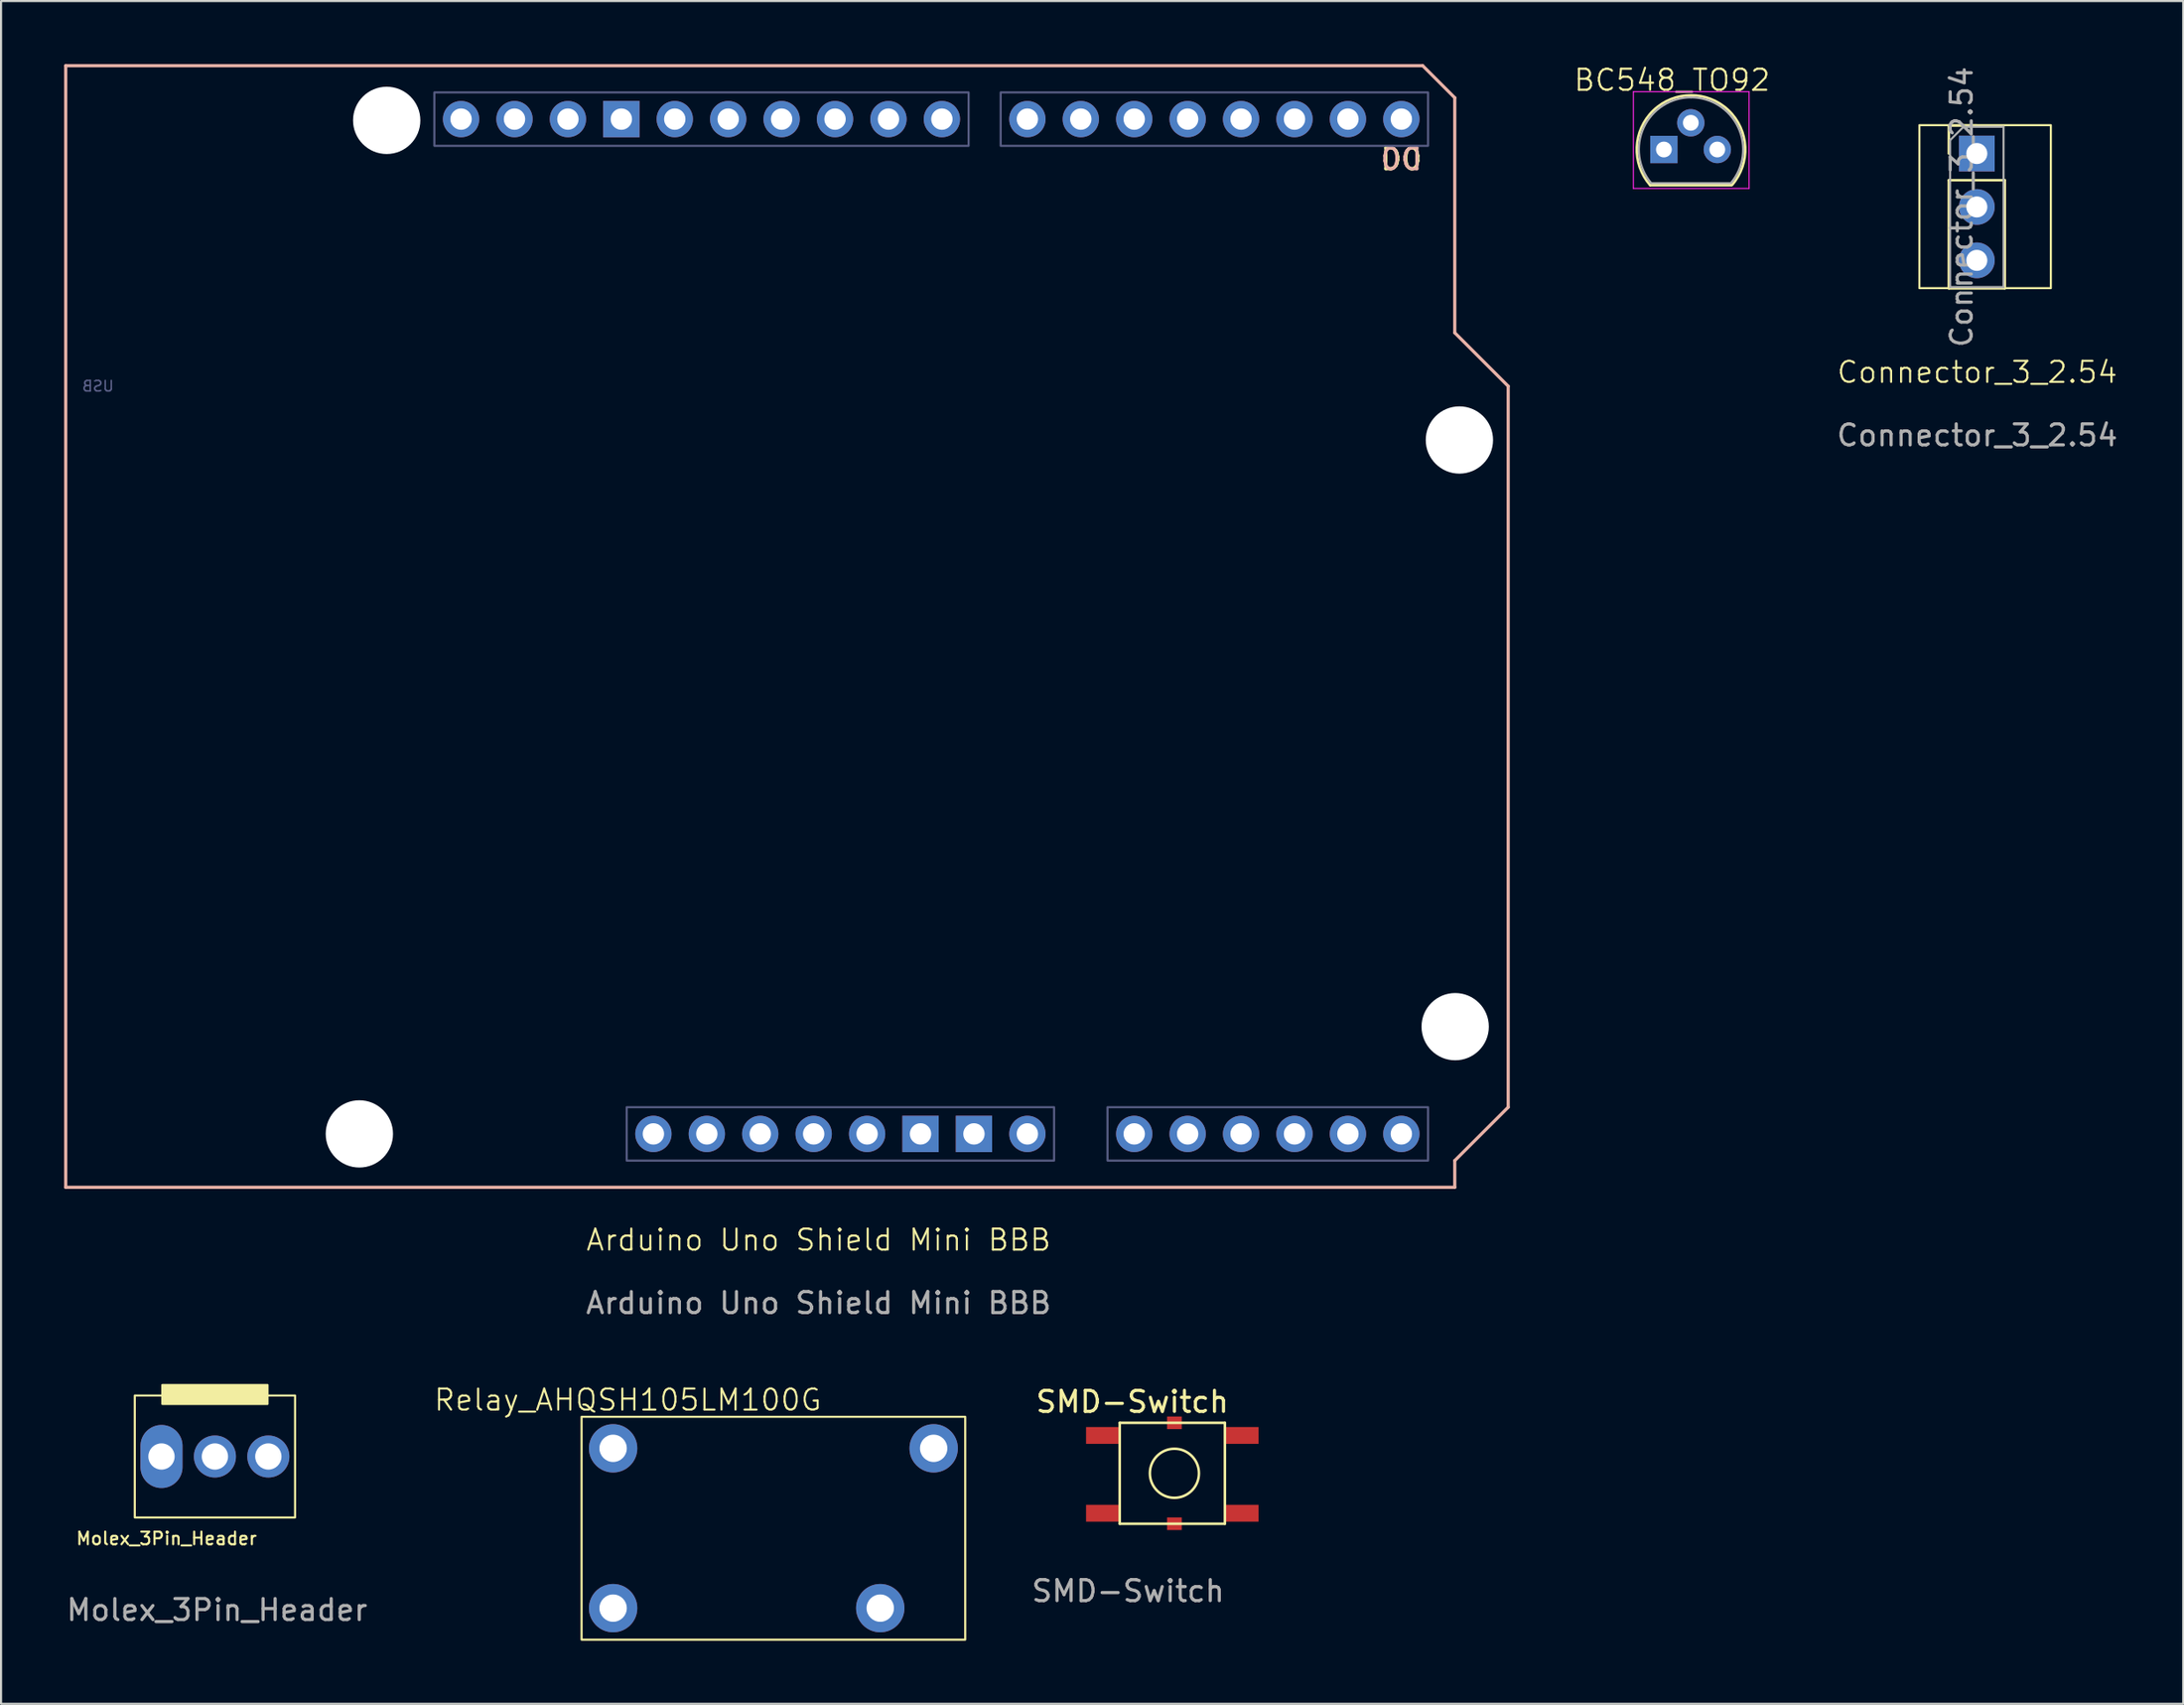
<source format=kicad_pcb>
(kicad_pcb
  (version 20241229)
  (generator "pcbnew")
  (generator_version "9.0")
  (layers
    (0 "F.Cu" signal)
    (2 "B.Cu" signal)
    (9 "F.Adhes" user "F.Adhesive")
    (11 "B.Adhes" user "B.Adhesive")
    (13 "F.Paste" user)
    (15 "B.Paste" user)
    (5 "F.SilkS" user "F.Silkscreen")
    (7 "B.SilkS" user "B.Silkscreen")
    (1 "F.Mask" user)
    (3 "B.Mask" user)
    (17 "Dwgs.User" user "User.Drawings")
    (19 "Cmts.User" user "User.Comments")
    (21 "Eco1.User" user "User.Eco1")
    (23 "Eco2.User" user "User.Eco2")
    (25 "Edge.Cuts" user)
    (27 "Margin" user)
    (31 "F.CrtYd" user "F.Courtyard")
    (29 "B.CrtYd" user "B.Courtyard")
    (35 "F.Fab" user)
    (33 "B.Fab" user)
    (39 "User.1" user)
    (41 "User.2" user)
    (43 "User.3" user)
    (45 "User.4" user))
  (footprint "Molex_3Pin_Header"
    (layer "F.Cu")
    (at 7.168 66.217)
    (property "Reference" "Molex_3Pin_Header" (at -2.3 3.9 0) (unlocked yes) (layer "F.SilkS") (effects (font (size 0.6 0.6) (thickness 0.1))))
    (attr through_hole)
    (fp_rect (start -3.81 -2.9) (end 3.81 2.9) (stroke (width 0.1) (type default)) (fill no) (layer "F.SilkS"))
    (fp_rect (start -2.5 -3.4) (end 2.5 -2.5) (stroke (width 0.1) (type solid)) (fill yes) (layer "F.SilkS"))
    (fp_text user "${REFERENCE}" (at 0.1 7.3 0) (unlocked yes) (layer "F.Fab") (effects (font (size 1 1) (thickness 0.15))))
    (pad "1" thru_hole oval (at -2.54 0) (size 2 3) (drill 1.25) (layers "*.Cu" "*.Mask"))
    (pad "2" thru_hole circle (at 0 0) (size 2 2) (drill 1.25) (layers "*.Cu" "*.Mask"))
    (pad "3" thru_hole circle (at 2.54 0) (size 2 2) (drill 1.25) (layers "*.Cu" "*.Mask")))
  (footprint "Arduino Uno Shield Mini BBB"
    (layer "F.Cu")
    (at 66.135 53.375)
    (property "Reference" "Arduino Uno Shield Mini BBB" (at -30.266 2.544 0) (unlocked yes) (layer "F.SilkS") (effects (font (size 1 1) (thickness 0.1))))
    (attr smd)
    (fp_line (start -66.06 -53.3) (end -66.06 0.04) (stroke (width 0.15) (type solid)) (layer "B.SilkS"))
    (fp_line (start -66.06 -53.3) (end -1.544 -53.3) (stroke (width 0.15) (type solid)) (layer "B.SilkS"))
    (fp_line (start -66.06 0.04) (end -0.02 0.04) (stroke (width 0.15) (type solid)) (layer "B.SilkS"))
    (fp_line (start -1.544 -53.3) (end -0.02 -51.776) (stroke (width 0.15) (type solid)) (layer "B.SilkS"))
    (fp_line (start -0.02 -40.6) (end -0.02 -51.776) (stroke (width 0.15) (type solid)) (layer "B.SilkS"))
    (fp_line (start -0.02 -1.23) (end 2.52 -3.77) (stroke (width 0.15) (type solid)) (layer "B.SilkS"))
    (fp_line (start -0.02 0.04) (end -0.02 -1.23) (stroke (width 0.15) (type solid)) (layer "B.SilkS"))
    (fp_line (start 2.52 -38.06) (end -0.02 -40.6) (stroke (width 0.15) (type solid)) (layer "B.SilkS"))
    (fp_line (start 2.52 -3.77) (end 2.52 -38.06) (stroke (width 0.15) (type solid)) (layer "B.SilkS"))
    (fp_rect (start -48.534 -52.03) (end -23.134 -49.49) (stroke (width 0.1) (type solid)) (fill no) (layer "B.Fab"))
    (fp_rect (start -39.39 -3.77) (end -19.07 -1.23) (stroke (width 0.1) (type solid)) (fill no) (layer "B.Fab"))
    (fp_rect (start -21.61 -52.03) (end -1.29 -49.49) (stroke (width 0.1) (type solid)) (fill no) (layer "B.Fab"))
    (fp_rect (start -16.53 -3.77) (end -1.29 -1.23) (stroke (width 0.1) (type solid)) (fill no) (layer "B.Fab"))
    (fp_text user "D0" (at -2.56 -48.855 0) (unlocked yes) (layer "F.SilkS") (effects (font (size 1 1) (thickness 0.15))))
    (fp_text user "D0" (at -2.56 -48.855 0) (unlocked yes) (layer "B.SilkS") (effects (font (size 1 1) (thickness 0.15)) (justify mirror)))
    (fp_text user "USB" (at -64.525 -38.059 0) (layer "B.Fab") (effects (font (size 0.5 0.5) (thickness 0.075)) (justify mirror)))
    (fp_text user "${REFERENCE}" (at -30.266 5.544 0) (unlocked yes) (layer "F.Fab") (effects (font (size 1 1) (thickness 0.15))))
    (pad "" np_thru_hole oval (at -52.1 -2.5) (size 3.2 3.2) (drill 3.2) (layers "*.Cu" "*.Mask"))
    (pad "" np_thru_hole oval (at -50.8 -50.7) (size 3.2 3.2) (drill 3.2) (layers "*.Cu" "*.Mask"))
    (pad "" thru_hole oval (at -38.12 -2.5) (size 1.727 1.727) (drill 1.016) (layers "*.Cu" "*.Mask"))
    (pad "" np_thru_hole oval (at 0 -7.6) (size 3.2 3.2) (drill 3.2) (layers "*.Cu" "*.Mask"))
    (pad "" np_thru_hole oval (at 0.2 -35.5) (size 3.2 3.2) (drill 3.2) (layers "*.Cu" "*.Mask"))
    (pad "3V3" thru_hole oval (at -30.5 -2.5) (size 1.727 1.727) (drill 1.016) (layers "*.Cu" "*.Mask"))
    (pad "5V1" thru_hole oval (at -27.96 -2.5) (size 1.727 1.727) (drill 1.016) (layers "*.Cu" "*.Mask"))
    (pad "A0" thru_hole oval (at -15.26 -2.5) (size 1.727 1.727) (drill 1.016) (layers "*.Cu" "*.Mask"))
    (pad "A1" thru_hole oval (at -12.72 -2.5) (size 1.727 1.727) (drill 1.016) (layers "*.Cu" "*.Mask"))
    (pad "A2" thru_hole oval (at -10.18 -2.5) (size 1.727 1.727) (drill 1.016) (layers "*.Cu" "*.Mask"))
    (pad "A3" thru_hole oval (at -7.64 -2.5) (size 1.727 1.727) (drill 1.016) (layers "*.Cu" "*.Mask"))
    (pad "A4" thru_hole oval (at -5.1 -2.5) (size 1.727 1.727) (drill 1.016) (layers "*.Cu" "*.Mask"))
    (pad "A5" thru_hole oval (at -2.56 -2.5) (size 1.727 1.727) (drill 1.016) (layers "*.Cu" "*.Mask"))
    (pad "AREF" thru_hole oval (at -42.184 -50.76) (size 1.727 1.727) (drill 1.016) (layers "*.Cu" "*.Mask"))
    (pad "D0" thru_hole oval (at -2.56 -50.76) (size 1.727 1.727) (drill 1.016) (layers "*.Cu" "*.Mask"))
    (pad "D1" thru_hole oval (at -5.1 -50.76) (size 1.727 1.727) (drill 1.016) (layers "*.Cu" "*.Mask"))
    (pad "D2" thru_hole oval (at -7.64 -50.76) (size 1.727 1.727) (drill 1.016) (layers "*.Cu" "*.Mask"))
    (pad "D3" thru_hole oval (at -10.18 -50.76) (size 1.727 1.727) (drill 1.016) (layers "*.Cu" "*.Mask"))
    (pad "D4" thru_hole oval (at -12.72 -50.76) (size 1.727 1.727) (drill 1.016) (layers "*.Cu" "*.Mask"))
    (pad "D5" thru_hole oval (at -15.26 -50.76) (size 1.727 1.727) (drill 1.016) (layers "*.Cu" "*.Mask"))
    (pad "D6" thru_hole oval (at -17.8 -50.76) (size 1.727 1.727) (drill 1.016) (layers "*.Cu" "*.Mask"))
    (pad "D7" thru_hole oval (at -20.34 -50.76) (size 1.727 1.727) (drill 1.016) (layers "*.Cu" "*.Mask"))
    (pad "D8" thru_hole oval (at -24.404 -50.76) (size 1.727 1.727) (drill 1.016) (layers "*.Cu" "*.Mask"))
    (pad "D9" thru_hole oval (at -26.944 -50.76) (size 1.727 1.727) (drill 1.016) (layers "*.Cu" "*.Mask"))
    (pad "D10" thru_hole oval (at -29.484 -50.76) (size 1.727 1.727) (drill 1.016) (layers "*.Cu" "*.Mask"))
    (pad "D11" thru_hole oval (at -32.024 -50.76) (size 1.727 1.727) (drill 1.016) (layers "*.Cu" "*.Mask"))
    (pad "D12" thru_hole oval (at -34.564 -50.76) (size 1.727 1.727) (drill 1.016) (layers "*.Cu" "*.Mask"))
    (pad "D13" thru_hole oval (at -37.104 -50.76) (size 1.727 1.727) (drill 1.016) (layers "*.Cu" "*.Mask"))
    (pad "GND1" thru_hole rect (at -39.644 -50.76) (size 1.727 1.727) (drill 1.016) (layers "*.Cu" "*.Mask"))
    (pad "GND2" thru_hole rect (at -25.42 -2.5) (size 1.727 1.727) (drill 1.016) (layers "*.Cu" "*.Mask"))
    (pad "GND3" thru_hole rect (at -22.88 -2.5) (size 1.727 1.727) (drill 1.016) (layers "*.Cu" "*.Mask"))
    (pad "IORF" thru_hole oval (at -35.58 -2.5) (size 1.727 1.727) (drill 1.016) (layers "*.Cu" "*.Mask"))
    (pad "RST1" thru_hole oval (at -33.04 -2.5) (size 1.727 1.727) (drill 1.016) (layers "*.Cu" "*.Mask"))
    (pad "SCL" thru_hole oval (at -47.264 -50.76) (size 1.727 1.727) (drill 1.016) (layers "*.Cu" "*.Mask"))
    (pad "SDA" thru_hole oval (at -44.724 -50.76) (size 1.727 1.727) (drill 1.016) (layers "*.Cu" "*.Mask"))
    (pad "VIN" thru_hole oval (at -20.34 -2.5) (size 1.727 1.727) (drill 1.016) (layers "*.Cu" "*.Mask")))
  (footprint "SMD-Switch"
    (layer "F.Cu")
    (at 48.586 65.615)
    (property "Reference" "SMD-Switch" (at 2.2 -2 0) (unlocked yes) (layer "F.SilkS") (effects (font (size 1 1) (thickness 0.15))))
    (attr smd)
    (fp_line (start 1.6 -1) (end 6.6 -1) (stroke (width 0.12) (type solid)) (layer "F.SilkS"))
    (fp_line (start 1.6 3.8) (end 1.6 -1) (stroke (width 0.12) (type solid)) (layer "F.SilkS"))
    (fp_line (start 6.6 -1) (end 6.6 3.8) (stroke (width 0.12) (type solid)) (layer "F.SilkS"))
    (fp_line (start 6.6 3.8) (end 1.6 3.8) (stroke (width 0.12) (type solid)) (layer "F.SilkS"))
    (fp_circle (center 4.2 1.4) (end 5.2 0.8) (stroke (width 0.12) (type solid)) (fill no) (layer "F.SilkS"))
    (fp_text user "${REFERENCE}" (at 2 7 0) (unlocked yes) (layer "F.Fab") (effects (font (size 1 1) (thickness 0.15))))
    (pad "" smd rect (at 4.2 -1) (size 0.7 0.6) (layers "F.Cu" "F.Mask" "F.Paste"))
    (pad "" smd rect (at 4.2 3.8) (size 0.7 0.6) (layers "F.Cu" "F.Mask" "F.Paste"))
    (pad "1" smd rect (at 0.8 -0.4) (size 1.6 0.8) (layers "F.Cu" "F.Mask" "F.Paste"))
    (pad "1" smd rect (at 7.4 -0.4) (size 1.6 0.8) (layers "F.Cu" "F.Mask" "F.Paste"))
    (pad "2" smd rect (at 0.8 3.3) (size 1.6 0.8) (layers "F.Cu" "F.Mask" "F.Paste"))
    (pad "2" smd rect (at 7.4 3.3) (size 1.6 0.8) (layers "F.Cu" "F.Mask" "F.Paste")))
  (footprint "Connector_3_2.54"
    (layer "F.Cu")
    (at 90.955 15.152)
    (property "Reference" "Connector_3_2.54" (at 0 -0.5 0) (unlocked yes) (layer "F.SilkS") (effects (font (size 1 1) (thickness 0.1))))
    (attr smd)
    (fp_line (start -1.35 -12.23) (end -0.02 -12.23) (stroke (width 0.12) (type solid)) (layer "F.SilkS"))
    (fp_line (start -1.35 -10.9) (end -1.35 -12.23) (stroke (width 0.12) (type solid)) (layer "F.SilkS"))
    (fp_line (start -1.35 -9.63) (end -1.35 -4.49) (stroke (width 0.12) (type solid)) (layer "F.SilkS"))
    (fp_line (start -1.35 -9.63) (end 1.31 -9.63) (stroke (width 0.12) (type solid)) (layer "F.SilkS"))
    (fp_line (start -1.35 -4.49) (end 1.31 -4.49) (stroke (width 0.12) (type solid)) (layer "F.SilkS"))
    (fp_line (start 1.31 -9.63) (end 1.31 -4.49) (stroke (width 0.12) (type solid)) (layer "F.SilkS"))
    (fp_rect (start -2.75 -12.25) (end 3.5 -4.5) (stroke (width 0.1) (type default)) (fill no) (layer "F.SilkS"))
    (fp_line (start -1.29 -11.535) (end -0.655 -12.17) (stroke (width 0.1) (type solid)) (layer "F.Fab"))
    (fp_line (start -1.29 -4.55) (end -1.29 -11.535) (stroke (width 0.1) (type solid)) (layer "F.Fab"))
    (fp_line (start -0.655 -12.17) (end 1.25 -12.17) (stroke (width 0.1) (type solid)) (layer "F.Fab"))
    (fp_line (start 1.25 -12.17) (end 1.25 -4.55) (stroke (width 0.1) (type solid)) (layer "F.Fab"))
    (fp_line (start 1.25 -4.55) (end -1.29 -4.55) (stroke (width 0.1) (type solid)) (layer "F.Fab"))
    (fp_text user "${REFERENCE}" (at -0.74 -8.36 90) (layer "F.Fab") (effects (font (size 1 1) (thickness 0.15))))
    (fp_text user "${REFERENCE}" (at 0 2.5 0) (unlocked yes) (layer "F.Fab") (effects (font (size 1 1) (thickness 0.15))))
    (pad "1" thru_hole rect (at -0.02 -10.9) (size 1.7 1.7) (drill 1) (layers "*.Cu" "*.Mask"))
    (pad "2" thru_hole oval (at -0.02 -8.36) (size 1.7 1.7) (drill 1) (layers "*.Cu" "*.Mask"))
    (pad "3" thru_hole oval (at -0.02 -5.82) (size 1.7 1.7) (drill 1) (layers "*.Cu" "*.Mask")))
  (footprint "Relay_AHQSH105LM100G"
    (layer "F.Cu")
    (at 26.1 73.428)
    (property "Reference" "Relay_AHQSH105LM100G" (at 0.7 -9.9 0) (unlocked yes) (layer "F.SilkS") (effects (font (size 1 1) (thickness 0.1))))
    (attr through_hole)
    (fp_rect (start -1.5 1.5) (end 16.74 -9.1) (stroke (width 0.1) (type default)) (fill no) (layer "F.SilkS"))
    (pad "1" thru_hole circle (at 0 0) (size 2.3 2.3) (drill 1.3) (layers "*.Cu" "*.Mask"))
    (pad "2" thru_hole circle (at 0 -7.6) (size 2.3 2.3) (drill 1.3) (layers "*.Cu" "*.Mask"))
    (pad "3" thru_hole circle (at 15.24 -7.6) (size 2.3 2.3) (drill 1.3) (layers "*.Cu" "*.Mask"))
    (pad "4" thru_hole circle (at 12.7 0) (size 2.3 2.3) (drill 1.3) (layers "*.Cu" "*.Mask")))
  (footprint "BC548_TO92"
    (layer "F.Cu")
    (at 76.047 4.16)
    (property "Reference" "BC548_TO92" (at 0.4 -3.4 0) (unlocked yes) (layer "F.SilkS") (effects (font (size 1 1) (thickness 0.1))))
    (attr smd)
    (fp_line (start -0.64 1.6) (end 3.21 1.6) (stroke (width 0.12) (type solid)) (layer "F.SilkS"))
    (fp_arc (start -0.64 1.6) (mid 1.293448 -2.679449) (end 3.248611 1.590122) (stroke (width 0.12) (type solid)) (layer "F.SilkS"))
    (fp_line (start -1.44 -2.85) (end -1.44 1.75) (stroke (width 0.05) (type solid)) (layer "F.CrtYd"))
    (fp_line (start -1.44 -2.85) (end 4.06 -2.85) (stroke (width 0.05) (type solid)) (layer "F.CrtYd"))
    (fp_line (start 4.06 1.75) (end -1.44 1.75) (stroke (width 0.05) (type solid)) (layer "F.CrtYd"))
    (fp_line (start 4.06 1.75) (end 4.06 -2.85) (stroke (width 0.05) (type solid)) (layer "F.CrtYd"))
    (fp_line (start -0.59 1.5) (end 3.16 1.5) (stroke (width 0.1) (type solid)) (layer "F.Fab"))
    (fp_arc (start -0.592818 1.502385) (mid -0.949924 -1.143188) (end 1.3 -2.58) (stroke (width 0.1) (type solid)) (layer "F.Fab"))
    (fp_arc (start 1.3 -2.58) (mid 3.547211 -1.149019) (end 3.201103 1.492547) (stroke (width 0.1) (type solid)) (layer "F.Fab"))
    (pad "1" thru_hole rect (at 0.01 -0.1) (size 1.3 1.3) (drill 0.75) (layers "*.Cu" "*.Mask"))
    (pad "2" thru_hole circle (at 1.29 -1.37) (size 1.3 1.3) (drill 0.75) (layers "*.Cu" "*.Mask"))
    (pad "3" thru_hole circle (at 2.55 -0.1) (size 1.3 1.3) (drill 0.75) (layers "*.Cu" "*.Mask")))
  (gr_rect
    (start -3 -3)
    (end 100.747 77.978)
    (stroke (width 0.1) (type default))
    (fill no)
    (layer "Edge.Cuts")))
</source>
